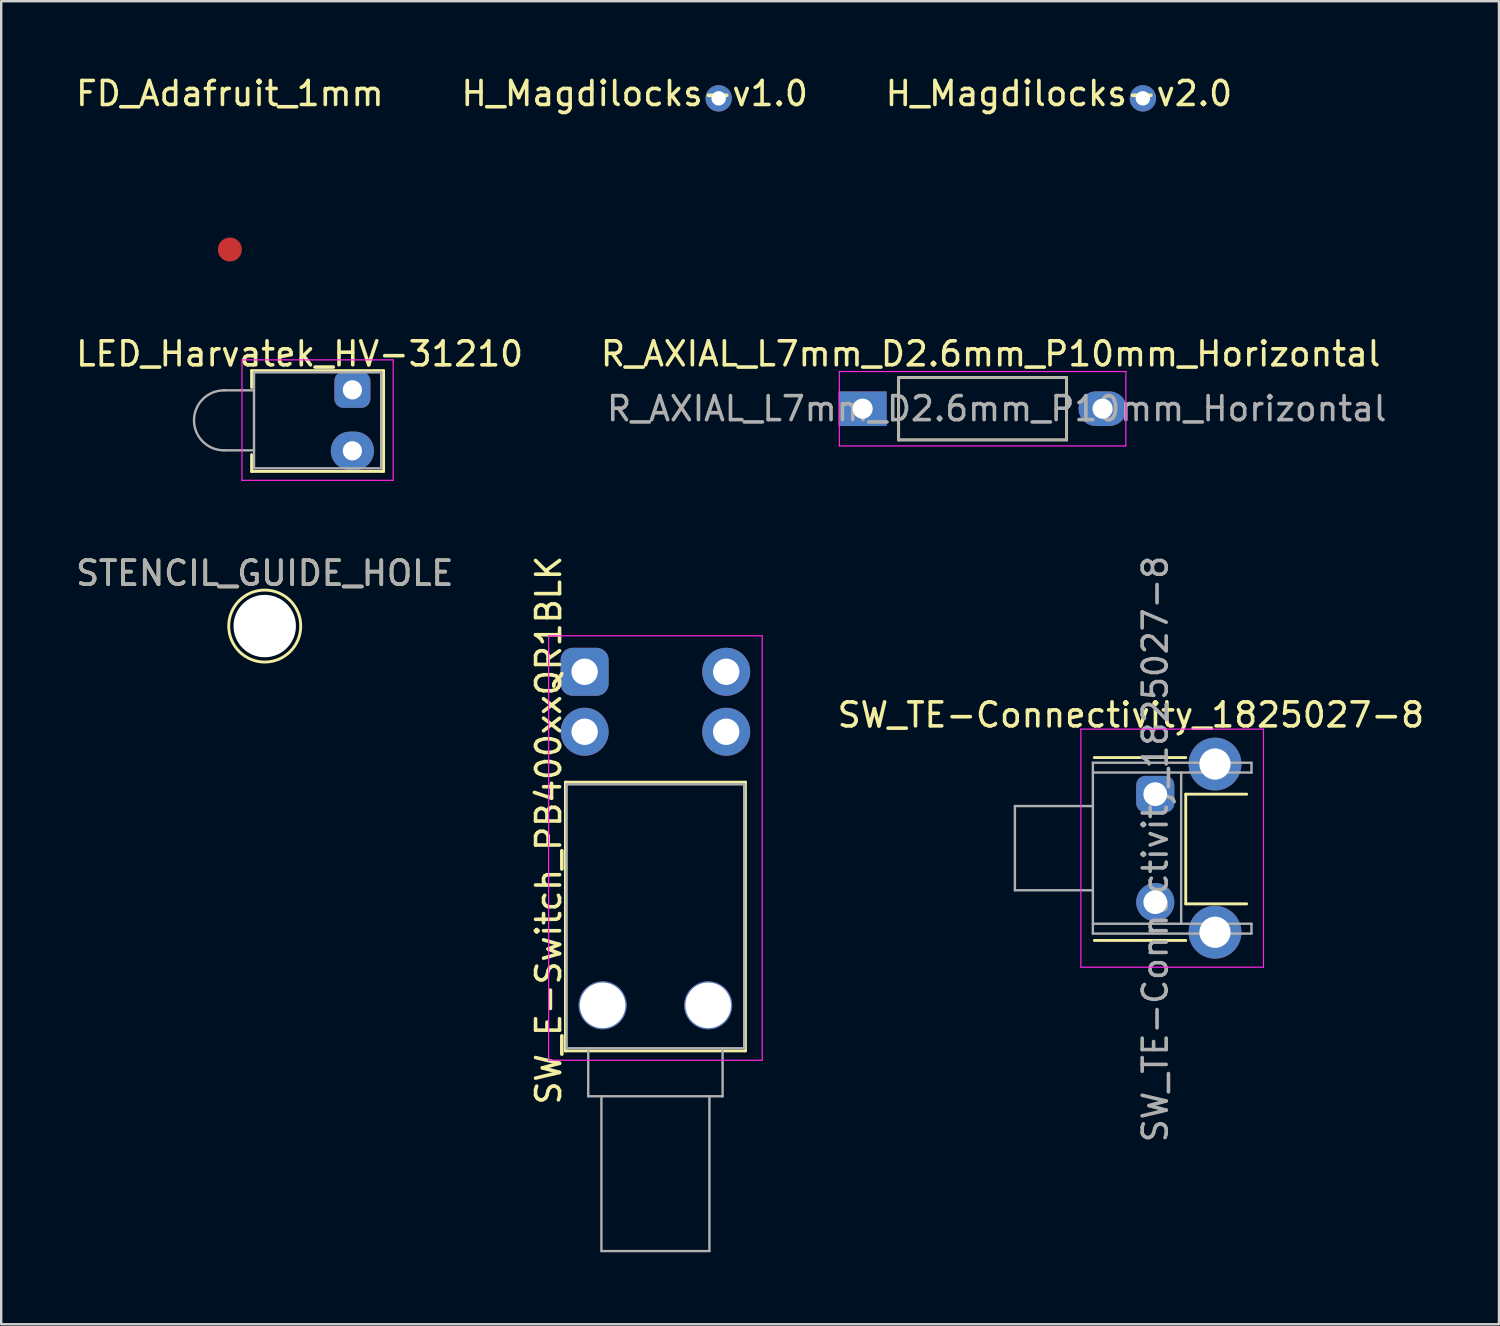
<source format=kicad_pcb>
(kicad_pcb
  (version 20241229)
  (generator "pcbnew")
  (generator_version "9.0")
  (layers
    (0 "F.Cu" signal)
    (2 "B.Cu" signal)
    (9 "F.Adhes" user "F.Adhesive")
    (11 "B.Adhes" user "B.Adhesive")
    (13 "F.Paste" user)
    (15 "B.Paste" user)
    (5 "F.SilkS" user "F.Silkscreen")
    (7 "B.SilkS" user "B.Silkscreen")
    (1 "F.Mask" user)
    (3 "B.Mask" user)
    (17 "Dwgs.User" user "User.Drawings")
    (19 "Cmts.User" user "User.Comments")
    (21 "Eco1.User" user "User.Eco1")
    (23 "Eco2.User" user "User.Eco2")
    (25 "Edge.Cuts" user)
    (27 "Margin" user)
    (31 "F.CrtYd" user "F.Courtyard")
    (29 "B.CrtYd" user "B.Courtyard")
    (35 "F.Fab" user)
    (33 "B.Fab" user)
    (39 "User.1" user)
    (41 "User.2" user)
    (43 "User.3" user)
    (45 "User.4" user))
  (footprint "STENCIL_GUIDE_HOLE"
    (layer "F.Cu")
    (at 7.982 23.04)
    (property "Reference" "STENCIL_GUIDE_HOLE" (at 0 -2.2 0) (layer "F.SilkS") (effects (font (size 1 1) (thickness 0.15))))
    (attr exclude_from_pos_files exclude_from_bom)
    (fp_circle (center 0 0) (end 1.5 0) (stroke (width 0.12) (type solid)) (fill no) (layer "F.SilkS"))
    (fp_text user "${REFERENCE}" (at 0 -2.2 0) (layer "F.Fab") (effects (font (size 1 1) (thickness 0.15))))
    (pad "" np_thru_hole circle (at 0 0) (size 2.6 2.6) (drill 2.6) (layers "*.Cu" "*.Paste" "*.Mask")))
  (footprint "R_AXIAL_L7mm_D2.6mm_P10mm_Horizontal"
    (layer "F.Cu")
    (at 32.898 13.982)
    (property "Reference" "R_AXIAL_L7mm_D2.6mm_P10mm_Horizontal" (at 5.334 -2.286 0) (layer "F.SilkS") (effects (font (size 1 1) (thickness 0.15))))
    (attr through_hole)
    (fp_line (start 1.5 -1.3) (end 1.5 1.3) (stroke (width 0.12) (type solid)) (layer "F.SilkS"))
    (fp_line (start 1.5 -1.3) (end 8.5 -1.3) (stroke (width 0.12) (type solid)) (layer "F.SilkS"))
    (fp_line (start 1.5 1.3) (end 8.5 1.3) (stroke (width 0.12) (type solid)) (layer "F.SilkS"))
    (fp_line (start 8.5 -1.3) (end 8.5 1.3) (stroke (width 0.12) (type solid)) (layer "F.SilkS"))
    (fp_line (start -0.97 -1.55) (end -0.97 1.55) (stroke (width 0.05) (type solid)) (layer "F.CrtYd"))
    (fp_line (start -0.97 -1.55) (end 10.97 -1.55) (stroke (width 0.05) (type solid)) (layer "F.CrtYd"))
    (fp_line (start -0.97 1.55) (end 10.97 1.55) (stroke (width 0.05) (type solid)) (layer "F.CrtYd"))
    (fp_line (start 10.97 -1.55) (end 10.97 1.55) (stroke (width 0.05) (type solid)) (layer "F.CrtYd"))
    (fp_line (start 1.5 -1.3) (end 1.5 1.3) (stroke (width 0.1) (type solid)) (layer "F.Fab"))
    (fp_line (start 1.5 -1.3) (end 8.5 -1.3) (stroke (width 0.1) (type solid)) (layer "F.Fab"))
    (fp_line (start 1.5 1.3) (end 8.5 1.3) (stroke (width 0.1) (type solid)) (layer "F.Fab"))
    (fp_line (start 8.5 -1.3) (end 8.5 1.3) (stroke (width 0.1) (type solid)) (layer "F.Fab"))
    (fp_text user "${REFERENCE}" (at 5.588 0 0) (layer "F.Fab") (effects (font (size 1 1) (thickness 0.15))))
    (pad "1" thru_hole rect (at 0 0) (size 2 1.44) (drill 0.84) (layers "*.Cu" "*.Mask"))
    (pad "2" thru_hole oval (at 10 0) (size 2 1.44) (drill 0.84) (layers "*.Cu" "*.Mask")))
  (footprint "SW_E-Switch_PB400xxQR1BLK"
    (layer "F.Cu")
    (at 21.313 24.945)
    (property "Reference" "SW_E-Switch_PB400xxQR1BLK" (at -1.5 6.6 90) (unlocked yes) (layer "F.SilkS") (effects (font (size 1 1) (thickness 0.15))))
    (attr through_hole)
    (fp_line (start -0.8 4.6) (end 6.7 4.6) (stroke (width 0.12) (type solid)) (layer "F.SilkS"))
    (fp_line (start -0.8 15.8) (end -0.8 4.6) (stroke (width 0.12) (type solid)) (layer "F.SilkS"))
    (fp_line (start 6.7 4.6) (end 6.7 15.8) (stroke (width 0.12) (type solid)) (layer "F.SilkS"))
    (fp_line (start 6.7 15.8) (end -0.8 15.8) (stroke (width 0.12) (type solid)) (layer "F.SilkS"))
    (fp_line (start -1.5 -1.5) (end -1.5 16.19) (stroke (width 0.05) (type solid)) (layer "F.CrtYd"))
    (fp_line (start -1.5 -1.5) (end 7.4 -1.5) (stroke (width 0.05) (type solid)) (layer "F.CrtYd"))
    (fp_line (start -1.5 16.19) (end 7.4 16.19) (stroke (width 0.05) (type solid)) (layer "F.CrtYd"))
    (fp_line (start 7.4 -1.5) (end 7.4 16.19) (stroke (width 0.05) (type solid)) (layer "F.CrtYd"))
    (fp_line (start -0.75 4.69) (end -0.75 15.69) (stroke (width 0.1) (type solid)) (layer "F.Fab"))
    (fp_line (start -0.75 4.69) (end 6.65 4.69) (stroke (width 0.1) (type solid)) (layer "F.Fab"))
    (fp_line (start -0.75 15.69) (end 6.65 15.69) (stroke (width 0.1) (type solid)) (layer "F.Fab"))
    (fp_line (start 0.15 17.69) (end 0.15 15.69) (stroke (width 0.1) (type solid)) (layer "F.Fab"))
    (fp_line (start 0.15 17.69) (end 5.75 17.69) (stroke (width 0.1) (type solid)) (layer "F.Fab"))
    (fp_line (start 0.7 24.14) (end 0.7 17.69) (stroke (width 0.1) (type solid)) (layer "F.Fab"))
    (fp_line (start 0.7 24.14) (end 5.2 24.14) (stroke (width 0.1) (type solid)) (layer "F.Fab"))
    (fp_line (start 5.2 24.14) (end 5.2 17.69) (stroke (width 0.1) (type solid)) (layer "F.Fab"))
    (fp_line (start 5.75 17.69) (end 5.75 15.69) (stroke (width 0.1) (type solid)) (layer "F.Fab"))
    (fp_line (start 6.65 4.69) (end 6.65 15.69) (stroke (width 0.1) (type solid)) (layer "F.Fab"))
    (pad "" np_thru_hole circle (at 0.75 13.9) (size 2 2) (drill 1.9) (layers "*.Cu" "*.Mask"))
    (pad "" np_thru_hole circle (at 5.15 13.9) (size 2 2) (drill 1.9) (layers "*.Cu" "*.Mask"))
    (pad "1" thru_hole roundrect (at 0 0) (size 2 2) (drill 1.1) (layers "*.Cu" "*.Mask") (roundrect_rratio 0.25))
    (pad "2" thru_hole circle (at 0 2.5) (size 2 2) (drill 1.1) (layers "*.Cu" "*.Mask"))
    (pad "3" thru_hole circle (at 5.9 0) (size 2 2) (drill 1.1) (layers "*.Cu" "*.Mask"))
    (pad "4" thru_hole circle (at 5.9 2.5) (size 2 2) (drill 1.1) (layers "*.Cu" "*.Mask")))
  (footprint "LED_Harvatek_HV-31210"
    (layer "F.Cu")
    (at 11.635 13.197)
    (property "Reference" "LED_Harvatek_HV-31210" (at -2.2 -1.5 0) (unlocked yes) (layer "F.SilkS") (effects (font (size 1 1) (thickness 0.15))))
    (attr through_hole)
    (fp_line (start -4.2 -0.8) (end 1.3 -0.8) (stroke (width 0.12) (type solid)) (layer "F.SilkS"))
    (fp_line (start -4.2 -0.1) (end -4.2 -0.8) (stroke (width 0.12) (type solid)) (layer "F.SilkS"))
    (fp_line (start -4.2 3.4) (end -4.2 2.7) (stroke (width 0.12) (type solid)) (layer "F.SilkS"))
    (fp_line (start 1.3 -0.8) (end 1.3 3.4) (stroke (width 0.12) (type solid)) (layer "F.SilkS"))
    (fp_line (start 1.3 3.4) (end -4.2 3.4) (stroke (width 0.12) (type solid)) (layer "F.SilkS"))
    (fp_line (start -4.6 -1.25) (end -4.6 3.77) (stroke (width 0.05) (type solid)) (layer "F.CrtYd"))
    (fp_line (start -4.6 -1.25) (end 1.7 -1.25) (stroke (width 0.05) (type solid)) (layer "F.CrtYd"))
    (fp_line (start -4.6 3.77) (end 1.7 3.77) (stroke (width 0.05) (type solid)) (layer "F.CrtYd"))
    (fp_line (start 1.7 -1.25) (end 1.7 3.77) (stroke (width 0.05) (type solid)) (layer "F.CrtYd"))
    (fp_line (start -4.1 -0.73) (end -4.1 3.27) (stroke (width 0.1) (type solid)) (layer "F.Fab"))
    (fp_line (start -4.1 -0.73) (end 1.2 -0.73) (stroke (width 0.1) (type solid)) (layer "F.Fab"))
    (fp_line (start -4.1 0.02) (end -5.35 0.02) (stroke (width 0.1) (type solid)) (layer "F.Fab"))
    (fp_line (start -4.1 2.52) (end -5.35 2.52) (stroke (width 0.1) (type solid)) (layer "F.Fab"))
    (fp_line (start -4.1 3.27) (end 1.2 3.27) (stroke (width 0.1) (type solid)) (layer "F.Fab"))
    (fp_line (start 1.2 -0.73) (end 1.2 3.27) (stroke (width 0.1) (type solid)) (layer "F.Fab"))
    (fp_arc (start -5.35 2.52) (mid -6.6 1.27) (end -5.35 0.02) (stroke (width 0.1) (type solid)) (layer "F.Fab"))
    (pad "A" thru_hole roundrect (at 0 0) (size 1.5 1.5) (drill 0.8) (layers "*.Cu" "*.Mask") (roundrect_rratio 0.25))
    (pad "K" thru_hole oval (at 0 2.54) (size 1.8 1.6) (drill 0.8) (layers "*.Cu" "*.Mask")))
  (footprint "SW_TE-Connectivity_1825027-8"
    (layer "F.Cu")
    (at 45.093 30.045)
    (property "Reference" "SW_TE-Connectivity_1825027-8" (at -1.016 -3.302 0) (layer "F.SilkS") (effects (font (size 1 1) (thickness 0.15))))
    (attr through_hole)
    (fp_line (start -2.54 -1.524) (end 1.27 -1.524) (stroke (width 0.12) (type solid)) (layer "F.SilkS"))
    (fp_line (start -2.54 6.096) (end 1.27 6.096) (stroke (width 0.12) (type solid)) (layer "F.SilkS"))
    (fp_line (start 1.27 0) (end 1.27 4.572) (stroke (width 0.12) (type solid)) (layer "F.SilkS"))
    (fp_line (start 1.27 4.572) (end 3.81 4.572) (stroke (width 0.12) (type solid)) (layer "F.SilkS"))
    (fp_line (start 3.81 0) (end 1.27 0) (stroke (width 0.12) (type solid)) (layer "F.SilkS"))
    (fp_line (start -3.1 -2.71) (end -3.1 7.21) (stroke (width 0.05) (type solid)) (layer "F.CrtYd"))
    (fp_line (start -3.1 -2.71) (end 4.51 -2.71) (stroke (width 0.05) (type solid)) (layer "F.CrtYd"))
    (fp_line (start -3.1 7.21) (end 4.51 7.21) (stroke (width 0.05) (type solid)) (layer "F.CrtYd"))
    (fp_line (start 4.51 -2.71) (end 4.51 7.21) (stroke (width 0.05) (type solid)) (layer "F.CrtYd"))
    (fp_line (start -5.85 0.495) (end -5.85 4.005) (stroke (width 0.1) (type solid)) (layer "F.Fab"))
    (fp_line (start -5.85 0.495) (end -2.6 0.495) (stroke (width 0.1) (type solid)) (layer "F.Fab"))
    (fp_line (start -5.85 4.005) (end -2.6 4.005) (stroke (width 0.1) (type solid)) (layer "F.Fab"))
    (fp_line (start -2.6 -1.31) (end -2.6 5.81) (stroke (width 0.1) (type solid)) (layer "F.Fab"))
    (fp_line (start -2.6 -1.31) (end 4.01 -1.31) (stroke (width 0.1) (type solid)) (layer "F.Fab"))
    (fp_line (start -2.6 -0.9) (end 4.01 -0.9) (stroke (width 0.1) (type solid)) (layer "F.Fab"))
    (fp_line (start -2.6 5.4) (end 4.01 5.4) (stroke (width 0.1) (type solid)) (layer "F.Fab"))
    (fp_line (start -2.6 5.81) (end 4.01 5.81) (stroke (width 0.1) (type solid)) (layer "F.Fab"))
    (fp_line (start 1.08 -0.9) (end 1.08 5.4) (stroke (width 0.1) (type solid)) (layer "F.Fab"))
    (fp_line (start 4.01 -1.31) (end 4.01 -0.9) (stroke (width 0.1) (type solid)) (layer "F.Fab"))
    (fp_line (start 4.01 5.4) (end 4.01 5.81) (stroke (width 0.1) (type solid)) (layer "F.Fab"))
    (fp_text user "${REFERENCE}" (at 0 2.286 90) (layer "F.Fab") (effects (font (size 1 1) (thickness 0.15))))
    (pad "1" thru_hole roundrect (at 0 0) (size 1.59 1.524) (drill 0.99) (layers "*.Cu" "*.Mask") (roundrect_rratio 0.25))
    (pad "2" thru_hole circle (at 0 4.5) (size 1.59 1.59) (drill 0.99) (layers "*.Cu" "*.Mask"))
    (pad "S" thru_hole circle (at 2.49 -1.255) (size 2.2 2.2) (drill 1.3) (layers "*.Cu" "*.Mask"))
    (pad "S" thru_hole circle (at 2.49 5.755) (size 2.2 2.2) (drill 1.3) (layers "*.Cu" "*.Mask")))
  (footprint "H_Magdilocks-v1.0"
    (layer "F.Cu")
    (at 26.899 1.048)
    (property "Reference" "H_Magdilocks-v1.0" (at -3.5 -0.2 0) (unlocked yes) (layer "F.SilkS") (effects (font (size 1 1) (thickness 0.15))))
    (pad "1" thru_hole circle (at 0 0) (size 1.1 1.1) (drill 0.6) (layers "*.Cu" "*.Mask")))
  (footprint "H_Magdilocks-v2.0"
    (layer "F.Cu")
    (at 44.577 1.048)
    (property "Reference" "H_Magdilocks-v2.0" (at -3.5 -0.2 0) (unlocked yes) (layer "F.SilkS") (effects (font (size 1 1) (thickness 0.15))))
    (pad "1" thru_hole circle (at 0 0) (size 1.1 1.1) (drill 0.6) (layers "*.Cu" "*.Mask")))
  (footprint "FD_Adafruit_1mm"
    (layer "F.Cu")
    (at 6.53 7.348)
    (property "Reference" "FD_Adafruit_1mm" (at 0 -6.5 0) (layer "F.SilkS") (effects (font (size 1 1) (thickness 0.15))))
    (attr smd)
    (pad "1" smd circle (at 0 0) (size 1 1) (layers "F.Cu" "F.Mask")))
  (gr_rect
    (start -3 -3)
    (end 59.416 52.135)
    (stroke (width 0.1) (type default))
    (fill no)
    (layer "Edge.Cuts")))
</source>
